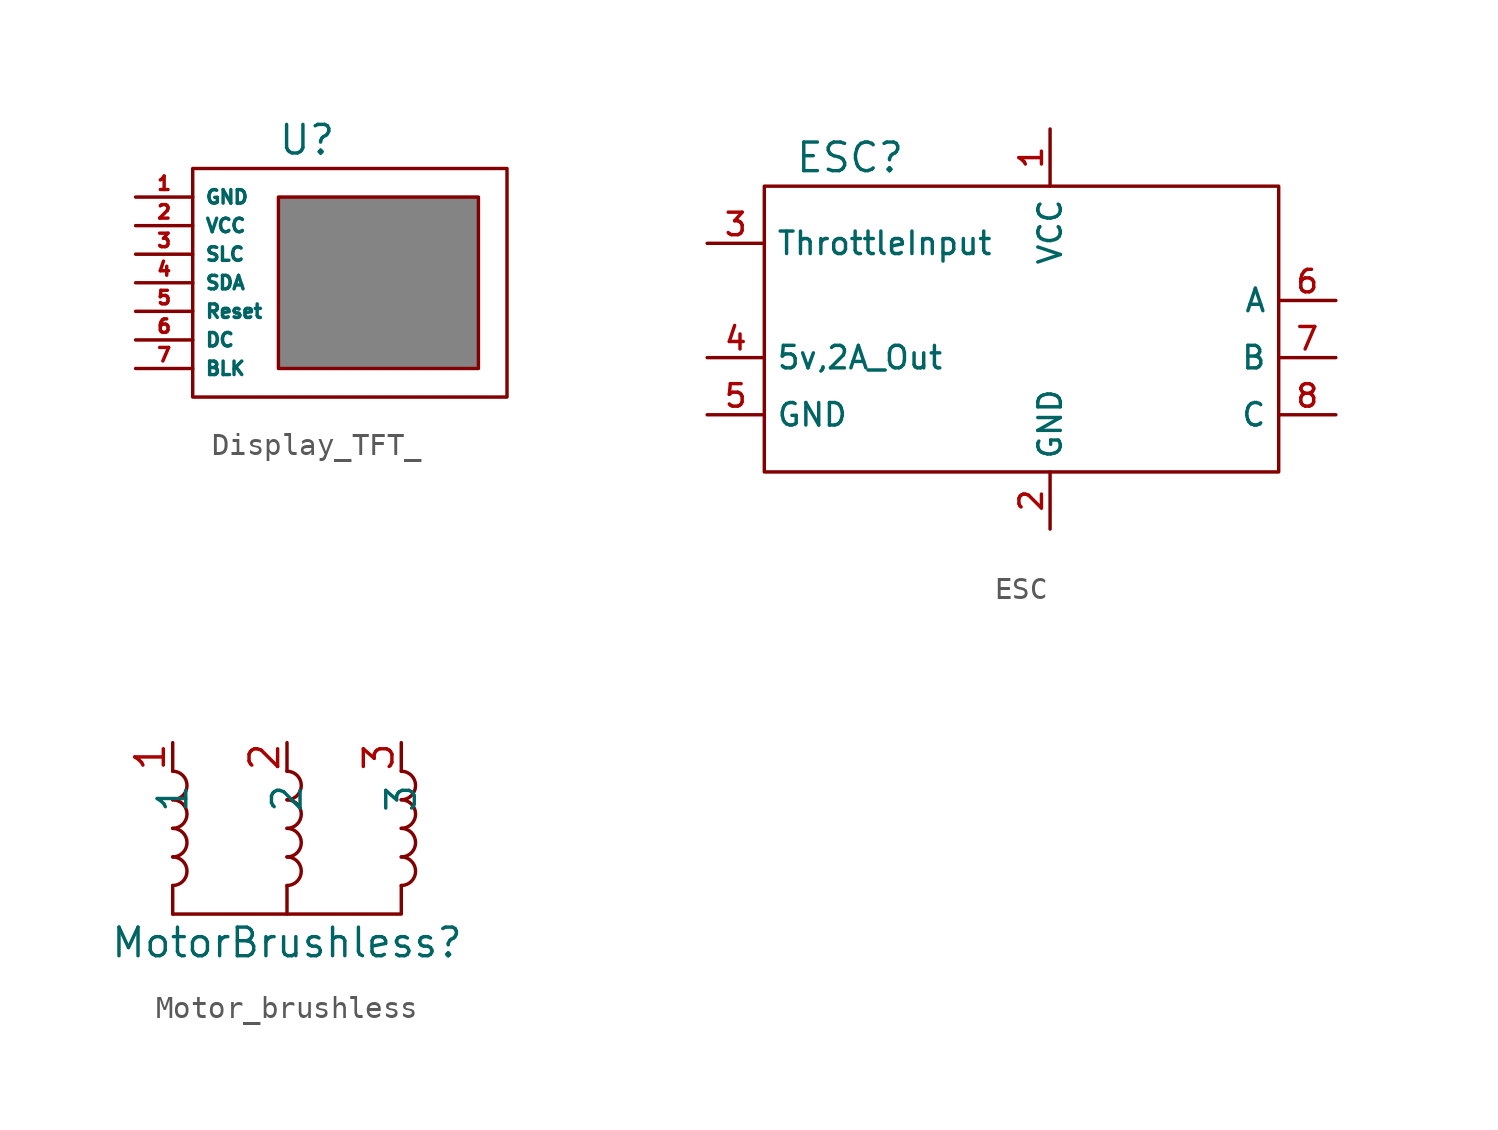
<source format=kicad_sym>
(kicad_symbol_lib
  (version 20220914)
  (generator kicad_symbol_editor)
  (symbol "Display_TFT_"
    (property "Reference" "U"
      (at -1.27 6.35 0)
      (effects (font (size 1.27 1.27))))
    (property "Value" ""
      (at -2.54 2.54 0)
      (effects (font (size 1.27 1.27))))
    (symbol "Display_TFT__0_1"
      (rectangle (start -6.35 5.08) (end 7.62 -5.08) (stroke (width 0) (type default)) (fill (type none))))
    (symbol "Display_TFT__1_1"
      (rectangle (start -2.54 3.81) (end 6.35 -3.81) (stroke (width 0) (type default)) (fill (type color) (color 132 132 132 1)))
      (pin input line (at -8.89 3.81 0) (length 2.54) (name "GND" (effects (font (size 0.6 0.6)))) (number "1" (effects (font (size 0.6 0.6)))))
      (pin input line (at -8.89 2.54 0) (length 2.54) (name "VCC" (effects (font (size 0.6 0.6)))) (number "2" (effects (font (size 0.6 0.6)))))
      (pin input line (at -8.89 1.27 0) (length 2.54) (name "SLC" (effects (font (size 0.6 0.6)))) (number "3" (effects (font (size 0.6 0.6)))))
      (pin input line (at -8.89 0 0) (length 2.54) (name "SDA" (effects (font (size 0.6 0.6)))) (number "4" (effects (font (size 0.6 0.6)))))
      (pin input line (at -8.89 -1.27 0) (length 2.54) (name "Reset" (effects (font (size 0.6 0.6)))) (number "5" (effects (font (size 0.6 0.6)))))
      (pin input line (at -8.89 -2.54 0) (length 2.54) (name "DC" (effects (font (size 0.6 0.6)))) (number "6" (effects (font (size 0.6 0.6)))))
      (pin input line (at -8.89 -3.81 0) (length 2.54) (name "BLK" (effects (font (size 0.6 0.6)))) (number "7" (effects (font (size 0.6 0.6)))))))
  (symbol "ESC"
    (property "Reference" "ESC"
      (at -8.89 8.89 0)
      (effects (font (size 1.27 1.27))))
    (property "Value" ""
      (at -3.81 5.08 0)
      (effects (font (size 1.27 1.27))))
    (symbol "ESC_0_1"
      (rectangle (start -12.7 7.62) (end 10.16 -5.08) (stroke (width 0) (type default)) (fill (type none))))
    (symbol "ESC_1_1"
      (pin free line (at 0 10.16 270) (length 2.54) (name "VCC" (effects (font (size 1 1)))) (number "1" (effects (font (size 1 1)))))
      (pin free line (at 0 -7.62 90) (length 2.54) (name "GND" (effects (font (size 1 1)))) (number "2" (effects (font (size 1 1)))))
      (pin input line (at -15.24 5.08 0) (length 2.54) (name "ThrottleInput" (effects (font (size 1 1)))) (number "3" (effects (font (size 1 1)))))
      (pin input line (at -15.24 0 0) (length 2.54) (name "5v,2A_Out" (effects (font (size 1 1)))) (number "4" (effects (font (size 1 1)))))
      (pin input line (at -15.24 -2.54 0) (length 2.54) (name "GND" (effects (font (size 1 1)))) (number "5" (effects (font (size 1 1)))))
      (pin output line (at 12.7 2.54 180) (length 2.54) (name "A" (effects (font (size 1 1)))) (number "6" (effects (font (size 1 1)))))
      (pin output line (at 12.7 0 180) (length 2.54) (name "B" (effects (font (size 1 1)))) (number "7" (effects (font (size 1 1)))))
      (pin output line (at 12.7 -2.54 180) (length 2.54) (name "C" (effects (font (size 1 1)))) (number "8" (effects (font (size 1 1)))))))
  (symbol "Motor_brushless"
    (property "Reference" "MotorBrushless"
      (at 0 -1.27 0)
      (effects (font (size 1.27 1.27))))
    (property "Value" ""
      (at 0 0 0)
      (effects (font (size 1.27 1.27))))
    (symbol "Motor_brushless_0_1"
      (arc (start -5.08 1.27) (mid -4.4477 1.905) (end -5.08 2.54) (stroke (width 0) (type default)) (fill (type none)))
      (arc (start -5.08 2.54) (mid -4.4477 3.175) (end -5.08 3.81) (stroke (width 0) (type default)) (fill (type none)))
      (arc (start -5.08 3.81) (mid -4.4477 4.445) (end -5.08 5.08) (stroke (width 0) (type default)) (fill (type none)))
      (arc (start -5.08 5.08) (mid -4.4477 5.715) (end -5.08 6.35) (stroke (width 0) (type default)) (fill (type none)))
      (polyline (pts (xy -5.08 0) (xy -5.08 1.27)) (stroke (width 0) (type default)) (fill (type none)))
      (polyline (pts (xy 0 1.27) (xy 0 0)) (stroke (width 0) (type default)) (fill (type none)))
      (polyline (pts (xy 5.08 1.27) (xy 5.08 0) (xy -5.08 0)) (stroke (width 0) (type default)) (fill (type none)))
      (arc (start 0 1.27) (mid 0.6323 1.905) (end 0 2.54) (stroke (width 0) (type default)) (fill (type none)))
      (arc (start 0 2.54) (mid 0.6323 3.175) (end 0 3.81) (stroke (width 0) (type default)) (fill (type none)))
      (arc (start 0 3.81) (mid 0.6323 4.445) (end 0 5.08) (stroke (width 0) (type default)) (fill (type none)))
      (arc (start 0 5.08) (mid 0.6323 5.715) (end 0 6.35) (stroke (width 0) (type default)) (fill (type none)))
      (arc (start 5.08 1.27) (mid 5.7123 1.905) (end 5.08 2.54) (stroke (width 0) (type default)) (fill (type none)))
      (arc (start 5.08 2.54) (mid 5.7123 3.175) (end 5.08 3.81) (stroke (width 0) (type default)) (fill (type none)))
      (arc (start 5.08 3.81) (mid 5.7123 4.445) (end 5.08 5.08) (stroke (width 0) (type default)) (fill (type none)))
      (arc (start 5.08 5.08) (mid 5.7123 5.715) (end 5.08 6.35) (stroke (width 0) (type default)) (fill (type none))))
    (symbol "Motor_brushless_1_1"
      (pin passive line (at -5.08 7.62 270) (length 1.27) (name "1" (effects (font (size 1.27 1.27)))) (number "1" (effects (font (size 1.27 1.27)))))
      (pin passive line (at 0 7.62 270) (length 1.27) (name "2" (effects (font (size 1.27 1.27)))) (number "2" (effects (font (size 1.27 1.27)))))
      (pin passive line (at 5.08 7.62 270) (length 1.27) (name "3" (effects (font (size 1.27 1.27)))) (number "3" (effects (font (size 1.27 1.27))))))))
</source>
